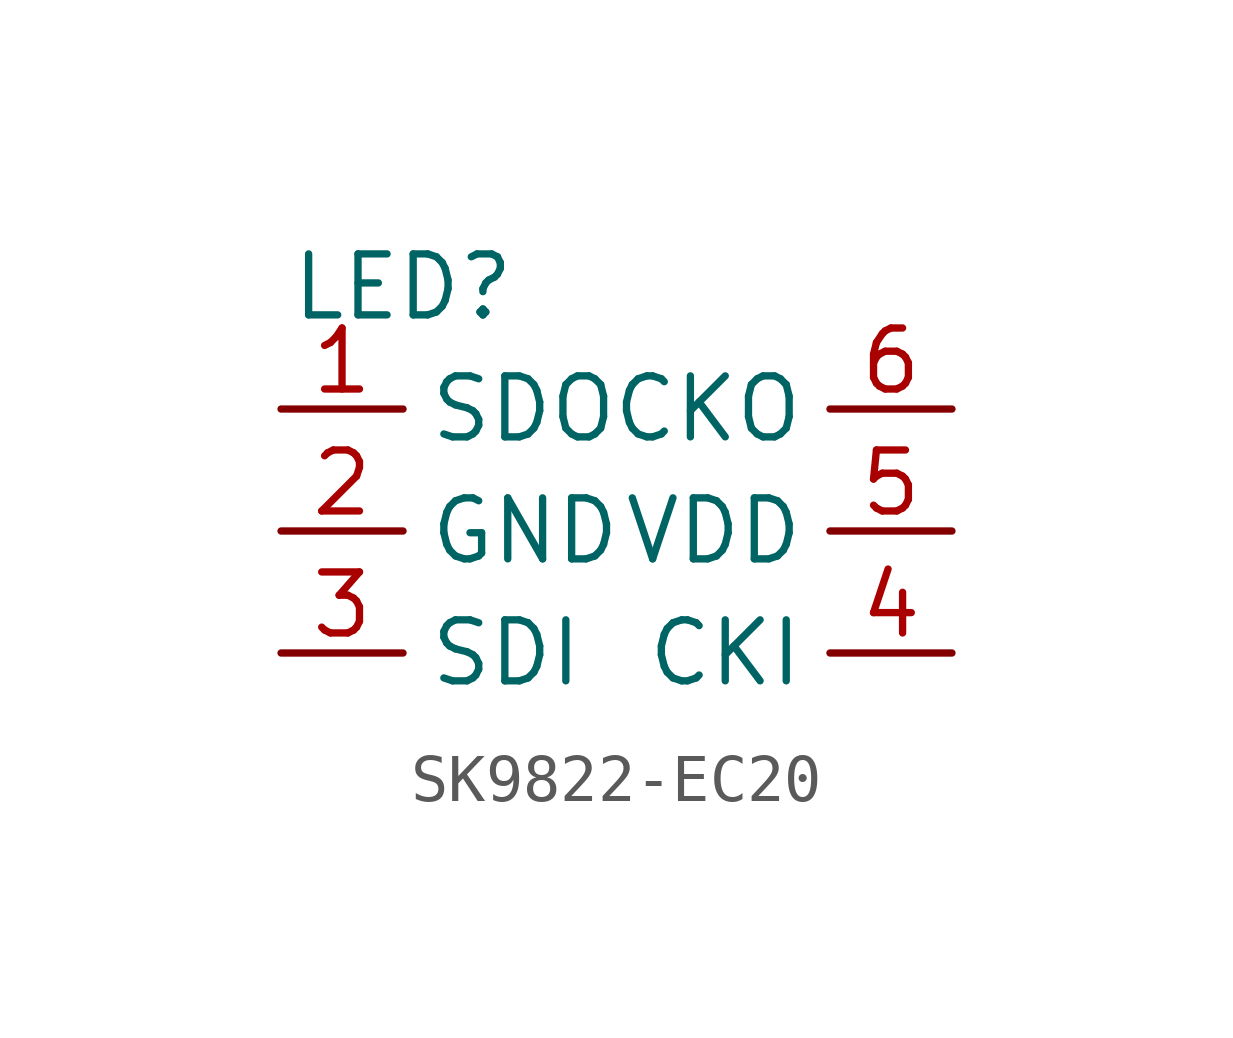
<source format=kicad_sym>
(kicad_symbol_lib
  (version 20220914)
  (generator kicad_symbol_editor)
  (symbol "SK9822-EC20"
    (property "Reference" "LED"
      (at 0 5.08 0)
      (effects (font (size 1.27 1.27))))
    (property "Value" ""
      (at 0 0 0)
      (effects (font (size 1.27 1.27))))
    (symbol "SK9822-EC20_1_1"
      (pin output line (at -2.54 2.54 0) (length 2.54) (name "SDO" (effects (font (size 1.27 1.27)))) (number "1" (effects (font (size 1.27 1.27)))))
      (pin input line (at -2.54 0 0) (length 2.54) (name "GND" (effects (font (size 1.27 1.27)))) (number "2" (effects (font (size 1.27 1.27)))))
      (pin input line (at -2.54 -2.54 0) (length 2.54) (name "SDI" (effects (font (size 1.27 1.27)))) (number "3" (effects (font (size 1.27 1.27)))))
      (pin input line (at 11.43 -2.54 180) (length 2.54) (name "CKI" (effects (font (size 1.27 1.27)))) (number "4" (effects (font (size 1.27 1.27)))))
      (pin input line (at 11.43 0 180) (length 2.54) (name "VDD" (effects (font (size 1.27 1.27)))) (number "5" (effects (font (size 1.27 1.27)))))
      (pin output line (at 11.43 2.54 180) (length 2.54) (name "CKO" (effects (font (size 1.27 1.27)))) (number "6" (effects (font (size 1.27 1.27))))))))
</source>
